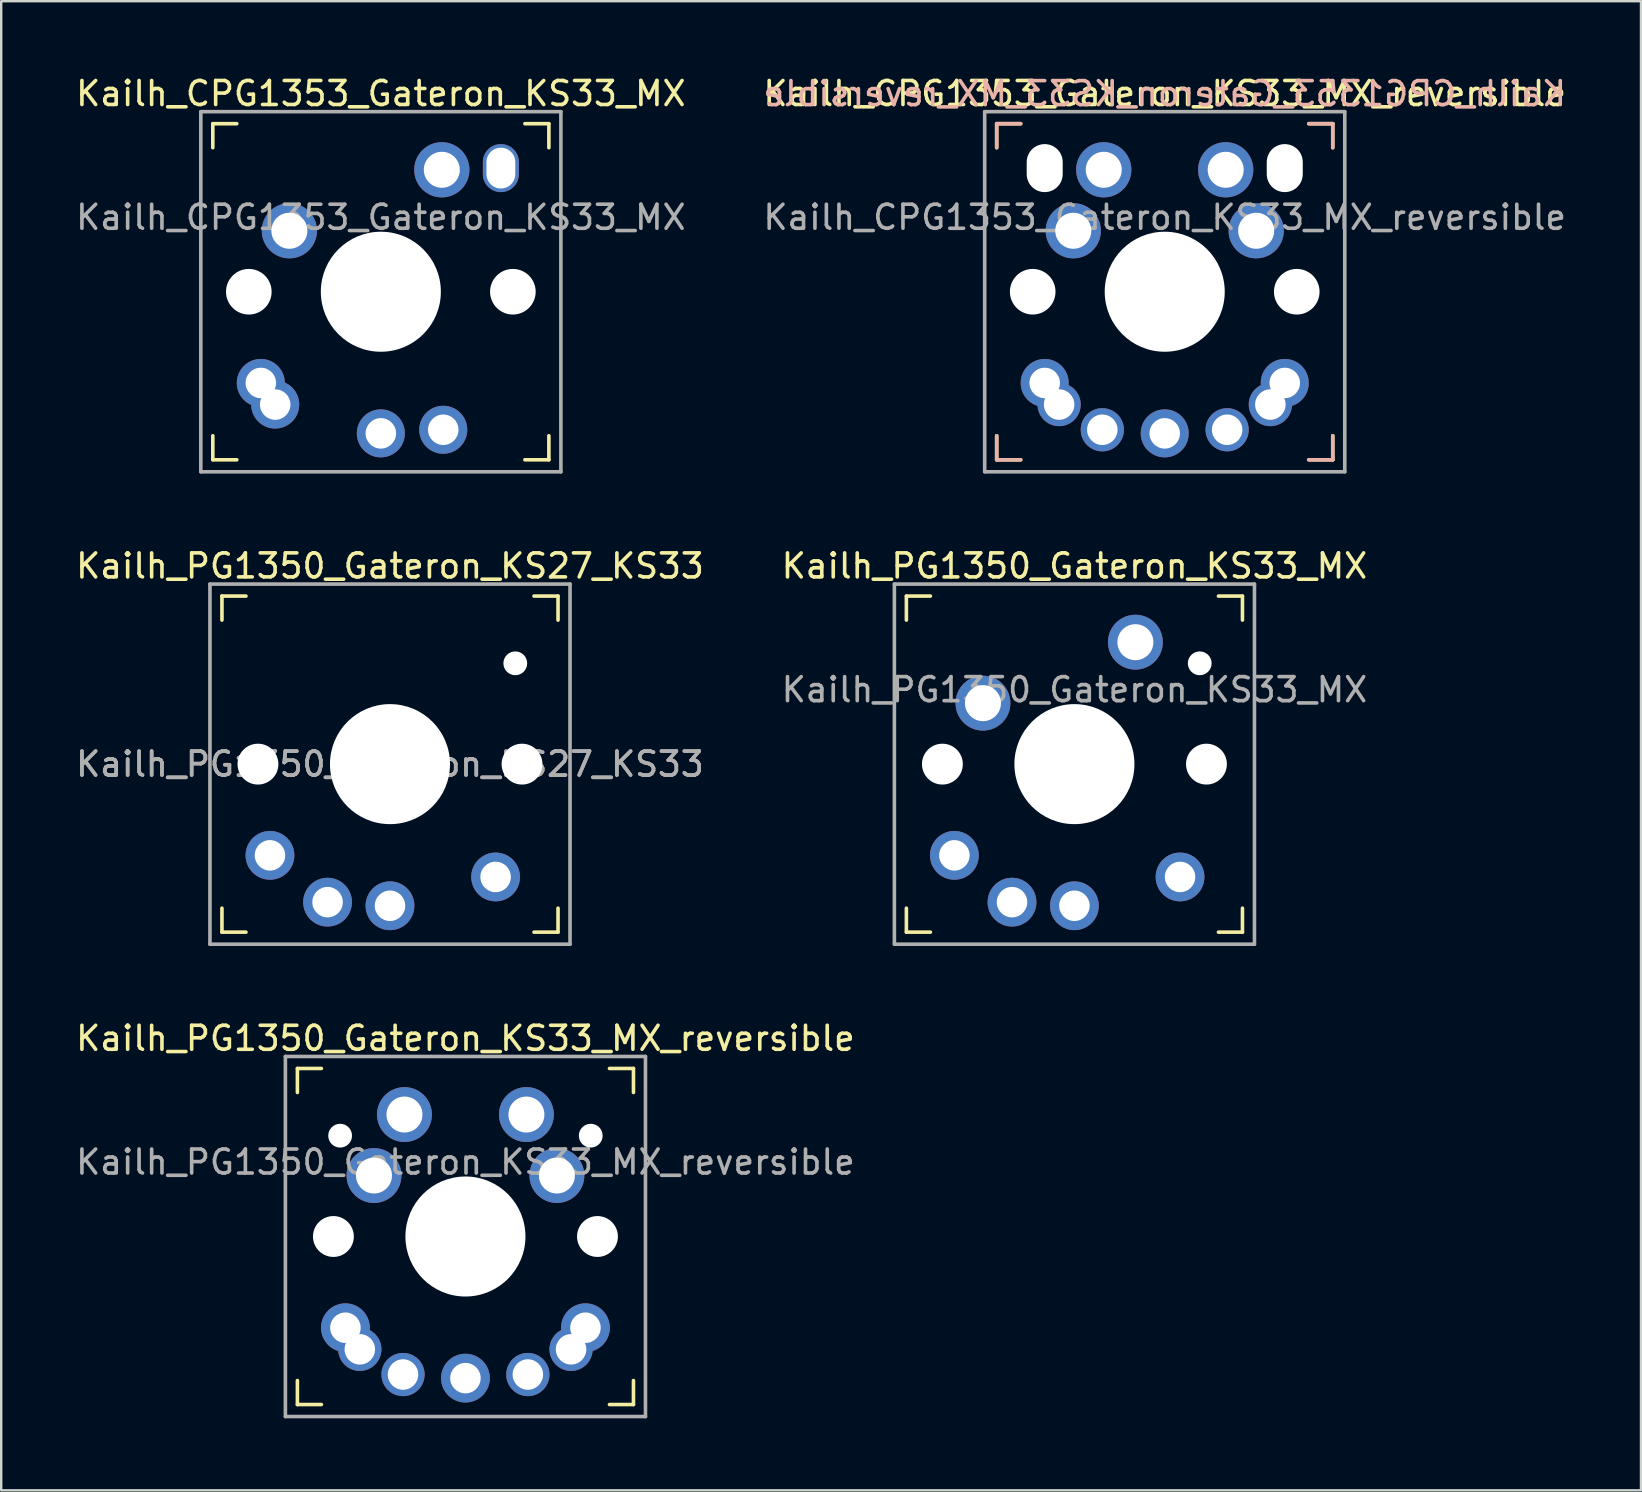
<source format=kicad_pcb>
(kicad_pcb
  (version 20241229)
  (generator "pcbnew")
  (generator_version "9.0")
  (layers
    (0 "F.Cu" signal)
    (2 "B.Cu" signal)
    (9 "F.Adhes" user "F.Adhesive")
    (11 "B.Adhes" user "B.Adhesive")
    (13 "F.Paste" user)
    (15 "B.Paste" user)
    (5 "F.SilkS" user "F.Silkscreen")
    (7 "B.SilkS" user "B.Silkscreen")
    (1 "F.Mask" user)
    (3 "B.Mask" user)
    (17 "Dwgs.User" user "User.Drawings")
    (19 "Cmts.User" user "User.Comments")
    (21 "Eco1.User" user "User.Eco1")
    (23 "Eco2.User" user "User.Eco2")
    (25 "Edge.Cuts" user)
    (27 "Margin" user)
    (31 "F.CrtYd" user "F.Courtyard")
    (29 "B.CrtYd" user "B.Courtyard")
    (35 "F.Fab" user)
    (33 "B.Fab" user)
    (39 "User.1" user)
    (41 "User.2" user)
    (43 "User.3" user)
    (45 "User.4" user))
  (footprint "Kailh_CPG1353_Gateron_KS33_MX_reversible"
    (layer "F.Cu")
    (at 45.47 9.103)
    (property "Reference" "Kailh_CPG1353_Gateron_KS33_MX_reversible" (at 0 -8.255 0) (layer "F.SilkS") (effects (font (size 1 1) (thickness 0.15))))
    (attr through_hole)
    (fp_line (start -7 -6) (end -7 -7) (stroke (width 0.15) (type solid)) (layer "F.SilkS"))
    (fp_line (start -7 7) (end -7 6) (stroke (width 0.15) (type solid)) (layer "F.SilkS"))
    (fp_line (start -7 7) (end -6 7) (stroke (width 0.15) (type solid)) (layer "F.SilkS"))
    (fp_line (start -6 -7) (end -7 -7) (stroke (width 0.15) (type solid)) (layer "F.SilkS"))
    (fp_line (start 6 7) (end 7 7) (stroke (width 0.15) (type solid)) (layer "F.SilkS"))
    (fp_line (start 7 -7) (end 6 -7) (stroke (width 0.15) (type solid)) (layer "F.SilkS"))
    (fp_line (start 7 -7) (end 7 -6) (stroke (width 0.15) (type solid)) (layer "F.SilkS"))
    (fp_line (start 7 6) (end 7 7) (stroke (width 0.15) (type solid)) (layer "F.SilkS"))
    (fp_line (start -7 -6) (end -7 -7) (stroke (width 0.15) (type solid)) (layer "B.SilkS"))
    (fp_line (start -7 7) (end -7 6) (stroke (width 0.15) (type solid)) (layer "B.SilkS"))
    (fp_line (start -7 7) (end -6 7) (stroke (width 0.15) (type solid)) (layer "B.SilkS"))
    (fp_line (start -6 -7) (end -7 -7) (stroke (width 0.15) (type solid)) (layer "B.SilkS"))
    (fp_line (start 6 7) (end 7 7) (stroke (width 0.15) (type solid)) (layer "B.SilkS"))
    (fp_line (start 7 -7) (end 6 -7) (stroke (width 0.15) (type solid)) (layer "B.SilkS"))
    (fp_line (start 7 -7) (end 7 -6) (stroke (width 0.15) (type solid)) (layer "B.SilkS"))
    (fp_line (start 7 6) (end 7 7) (stroke (width 0.15) (type solid)) (layer "B.SilkS"))
    (fp_line (start -6.9 6.9) (end -6.9 -6.9) (stroke (width 0.15) (type solid)) (layer "Eco2.User"))
    (fp_line (start -6.9 6.9) (end 6.9 6.9) (stroke (width 0.15) (type solid)) (layer "Eco2.User"))
    (fp_line (start 6.9 -6.9) (end -6.9 -6.9) (stroke (width 0.15) (type solid)) (layer "Eco2.User"))
    (fp_line (start 6.9 -6.9) (end 6.9 6.9) (stroke (width 0.15) (type solid)) (layer "Eco2.User"))
    (fp_line (start -7.5 -7.5) (end 7.5 -7.5) (stroke (width 0.15) (type solid)) (layer "F.Fab"))
    (fp_line (start -7.5 7.5) (end -7.5 -7.5) (stroke (width 0.15) (type solid)) (layer "F.Fab"))
    (fp_line (start 7.5 -7.5) (end 7.5 7.5) (stroke (width 0.15) (type solid)) (layer "F.Fab"))
    (fp_line (start 7.5 7.5) (end -7.5 7.5) (stroke (width 0.15) (type solid)) (layer "F.Fab"))
    (fp_text user "${REFERENCE}" (at 0 -8.25 0) (layer "B.SilkS") (effects (font (size 1 1) (thickness 0.15)) (justify mirror)))
    (fp_text user "${REFERENCE}" (at 0 -3.1 180) (layer "F.Fab") (effects (font (size 1 1) (thickness 0.15))))
    (pad "" np_thru_hole circle (at -5.5 0) (size 1.9 1.9) (drill 1.9) (layers "*.Cu" "*.Mask"))
    (pad "" np_thru_hole oval (at -5 -5.15) (size 1.5 2) (drill oval 1.5 2) (layers "*.Cu" "*.Mask"))
    (pad "" np_thru_hole circle (at 0 0 180) (size 5 5) (drill 5) (layers "*.Cu" "*.Mask"))
    (pad "" np_thru_hole oval (at 5 -5.15) (size 1.5 2) (drill oval 1.5 2) (layers "*.Cu" "*.Mask"))
    (pad "" np_thru_hole circle (at 5.5 0) (size 1.9 1.9) (drill 1.9) (layers "*.Cu" "*.Mask"))
    (pad "1" thru_hole circle (at -2.6 5.75) (size 1.8 1.8) (drill 1.27) (layers "*.Cu" "*.Mask"))
    (pad "1" thru_hole circle (at 0 5.9) (size 2 2) (drill 1.27) (layers "*.Cu" "*.Mask"))
    (pad "1" thru_hole circle (at 2.54 -5.08) (size 2.3 2.3) (drill 1.5) (layers "*.Cu" "*.Mask"))
    (pad "1" thru_hole circle (at 2.6 5.75) (size 1.8 1.8) (drill 1.27) (layers "*.Cu" "*.Mask"))
    (pad "1" thru_hole circle (at 3.81 -2.54) (size 2.3 2.3) (drill 1.5) (layers "*.Cu" "*.Mask"))
    (pad "2" thru_hole circle (at -5 3.8) (size 2 2) (drill 1.27) (layers "*.Cu" "*.Mask"))
    (pad "2" thru_hole circle (at -4.4 4.7) (size 1.8 1.8) (drill 1.27) (layers "*.Cu" "*.Mask"))
    (pad "2" thru_hole circle (at -3.81 -2.54) (size 2.3 2.3) (drill 1.5) (layers "*.Cu" "*.Mask"))
    (pad "2" thru_hole circle (at -2.54 -5.08) (size 2.3 2.3) (drill 1.5) (layers "*.Cu" "*.Mask"))
    (pad "2" thru_hole circle (at 4.4 4.7) (size 1.8 1.8) (drill 1.27) (layers "*.Cu" "*.Mask"))
    (pad "2" thru_hole circle (at 5 3.8) (size 2 2) (drill 1.27) (layers "*.Cu" "*.Mask")))
  (footprint "Kailh_PG1350_Gateron_KS27_KS33"
    (layer "F.Cu")
    (at 13.196 28.782)
    (property "Reference" "Kailh_PG1350_Gateron_KS27_KS33" (at 0 -8.255 0) (layer "F.SilkS") (effects (font (size 1 1) (thickness 0.15))))
    (attr through_hole)
    (fp_line (start -7 -6) (end -7 -7) (stroke (width 0.15) (type solid)) (layer "F.SilkS"))
    (fp_line (start -7 7) (end -7 6) (stroke (width 0.15) (type solid)) (layer "F.SilkS"))
    (fp_line (start -7 7) (end -6 7) (stroke (width 0.15) (type solid)) (layer "F.SilkS"))
    (fp_line (start -6 -7) (end -7 -7) (stroke (width 0.15) (type solid)) (layer "F.SilkS"))
    (fp_line (start 6 7) (end 7 7) (stroke (width 0.15) (type solid)) (layer "F.SilkS"))
    (fp_line (start 7 -7) (end 6 -7) (stroke (width 0.15) (type solid)) (layer "F.SilkS"))
    (fp_line (start 7 -7) (end 7 -6) (stroke (width 0.15) (type solid)) (layer "F.SilkS"))
    (fp_line (start 7 6) (end 7 7) (stroke (width 0.15) (type solid)) (layer "F.SilkS"))
    (fp_line (start -6.9 6.9) (end -6.9 -6.9) (stroke (width 0.15) (type solid)) (layer "Eco2.User"))
    (fp_line (start -6.9 6.9) (end 6.9 6.9) (stroke (width 0.15) (type solid)) (layer "Eco2.User"))
    (fp_line (start 6.9 -6.9) (end -6.9 -6.9) (stroke (width 0.15) (type solid)) (layer "Eco2.User"))
    (fp_line (start 6.9 -6.9) (end 6.9 6.9) (stroke (width 0.15) (type solid)) (layer "Eco2.User"))
    (fp_line (start -7.5 -7.5) (end 7.5 -7.5) (stroke (width 0.15) (type solid)) (layer "F.Fab"))
    (fp_line (start -7.5 7.5) (end -7.5 -7.5) (stroke (width 0.15) (type solid)) (layer "F.Fab"))
    (fp_line (start 7.5 -7.5) (end 7.5 7.5) (stroke (width 0.15) (type solid)) (layer "F.Fab"))
    (fp_line (start 7.5 7.5) (end -7.5 7.5) (stroke (width 0.15) (type solid)) (layer "F.Fab"))
    (fp_text user "${REFERENCE}" (at 0 0 180) (layer "F.Fab") (effects (font (size 1 1) (thickness 0.15))))
    (fp_text user "${REFERENCE}" (at 0 0 180) (layer "F.Fab") (effects (font (size 1 1) (thickness 0.15))))
    (pad "" np_thru_hole circle (at -5.5 0) (size 1.702 1.702) (drill 1.702) (layers "*.Cu" "*.Mask"))
    (pad "" np_thru_hole circle (at 0 0 180) (size 5 5) (drill 5) (layers "*.Cu" "*.Mask"))
    (pad "" np_thru_hole circle (at 5.22 -4.2) (size 0.991 0.991) (drill 0.991) (layers "*.Cu" "*.Mask"))
    (pad "" np_thru_hole circle (at 5.5 0) (size 1.702 1.702) (drill 1.702) (layers "*.Cu" "*.Mask"))
    (pad "1" thru_hole circle (at 0 5.9) (size 2.032 2.032) (drill 1.27) (layers "*.Cu" "*.Mask"))
    (pad "1" thru_hole circle (at 4.4 4.7) (size 2.032 2.032) (drill 1.27) (layers "*.Cu" "*.Mask"))
    (pad "2" thru_hole circle (at -5 3.8) (size 2.032 2.032) (drill 1.27) (layers "*.Cu" "*.Mask"))
    (pad "2" thru_hole circle (at -2.6 5.75) (size 2.032 2.032) (drill 1.27) (layers "*.Cu" "*.Mask")))
  (footprint "Kailh_PG1350_Gateron_KS33_MX_reversible"
    (layer "F.Cu")
    (at 16.339 48.46)
    (property "Reference" "Kailh_PG1350_Gateron_KS33_MX_reversible" (at 0 -8.255 0) (layer "F.SilkS") (effects (font (size 1 1) (thickness 0.15))))
    (attr through_hole)
    (fp_line (start -7 -6) (end -7 -7) (stroke (width 0.15) (type solid)) (layer "F.SilkS"))
    (fp_line (start -7 7) (end -7 6) (stroke (width 0.15) (type solid)) (layer "F.SilkS"))
    (fp_line (start -7 7) (end -6 7) (stroke (width 0.15) (type solid)) (layer "F.SilkS"))
    (fp_line (start -6 -7) (end -7 -7) (stroke (width 0.15) (type solid)) (layer "F.SilkS"))
    (fp_line (start 6 7) (end 7 7) (stroke (width 0.15) (type solid)) (layer "F.SilkS"))
    (fp_line (start 7 -7) (end 6 -7) (stroke (width 0.15) (type solid)) (layer "F.SilkS"))
    (fp_line (start 7 -7) (end 7 -6) (stroke (width 0.15) (type solid)) (layer "F.SilkS"))
    (fp_line (start 7 6) (end 7 7) (stroke (width 0.15) (type solid)) (layer "F.SilkS"))
    (fp_line (start -6.9 6.9) (end -6.9 -6.9) (stroke (width 0.15) (type solid)) (layer "Eco2.User"))
    (fp_line (start -6.9 6.9) (end 6.9 6.9) (stroke (width 0.15) (type solid)) (layer "Eco2.User"))
    (fp_line (start 6.9 -6.9) (end -6.9 -6.9) (stroke (width 0.15) (type solid)) (layer "Eco2.User"))
    (fp_line (start 6.9 -6.9) (end 6.9 6.9) (stroke (width 0.15) (type solid)) (layer "Eco2.User"))
    (fp_line (start -7.5 -7.5) (end 7.5 -7.5) (stroke (width 0.15) (type solid)) (layer "F.Fab"))
    (fp_line (start -7.5 7.5) (end -7.5 -7.5) (stroke (width 0.15) (type solid)) (layer "F.Fab"))
    (fp_line (start 7.5 -7.5) (end 7.5 7.5) (stroke (width 0.15) (type solid)) (layer "F.Fab"))
    (fp_line (start 7.5 7.5) (end -7.5 7.5) (stroke (width 0.15) (type solid)) (layer "F.Fab"))
    (fp_text user "${REFERENCE}" (at 0 -3.1 180) (layer "F.Fab") (effects (font (size 1 1) (thickness 0.15))))
    (pad "" np_thru_hole circle (at -5.5 0) (size 1.702 1.702) (drill 1.702) (layers "*.Cu" "*.Mask"))
    (pad "" np_thru_hole circle (at -5.22 -4.2) (size 0.991 0.991) (drill 0.991) (layers "*.Cu" "*.Mask"))
    (pad "" np_thru_hole circle (at 0 0 180) (size 5 5) (drill 5) (layers "*.Cu" "*.Mask"))
    (pad "" np_thru_hole circle (at 5.22 -4.2) (size 0.991 0.991) (drill 0.991) (layers "*.Cu" "*.Mask"))
    (pad "" np_thru_hole circle (at 5.5 0) (size 1.702 1.702) (drill 1.702) (layers "*.Cu" "*.Mask"))
    (pad "1" thru_hole circle (at -2.6 5.75) (size 1.8 1.8) (drill 1.27) (layers "*.Cu" "*.Mask"))
    (pad "1" thru_hole circle (at 0 5.9) (size 2.032 2.032) (drill 1.27) (layers "*.Cu" "*.Mask"))
    (pad "1" thru_hole circle (at 2.54 -5.08) (size 2.286 2.286) (drill 1.499) (layers "*.Cu" "*.Mask"))
    (pad "1" thru_hole circle (at 2.6 5.75) (size 1.8 1.8) (drill 1.27) (layers "*.Cu" "*.Mask"))
    (pad "1" thru_hole circle (at 3.81 -2.54) (size 2.286 2.286) (drill 1.499) (layers "*.Cu" "*.Mask"))
    (pad "2" thru_hole circle (at -5 3.8) (size 2.032 2.032) (drill 1.27) (layers "*.Cu" "*.Mask"))
    (pad "2" thru_hole circle (at -4.4 4.7) (size 1.8 1.8) (drill 1.27) (layers "*.Cu" "*.Mask"))
    (pad "2" thru_hole circle (at -3.81 -2.54) (size 2.286 2.286) (drill 1.499) (layers "*.Cu" "*.Mask"))
    (pad "2" thru_hole circle (at -2.54 -5.08) (size 2.286 2.286) (drill 1.499) (layers "*.Cu" "*.Mask"))
    (pad "2" thru_hole circle (at 4.4 4.7) (size 1.8 1.8) (drill 1.27) (layers "*.Cu" "*.Mask"))
    (pad "2" thru_hole circle (at 5 3.8) (size 2.032 2.032) (drill 1.27) (layers "*.Cu" "*.Mask")))
  (footprint "Kailh_CPG1353_Gateron_KS33_MX"
    (layer "F.Cu")
    (at 12.815 9.103)
    (property "Reference" "Kailh_CPG1353_Gateron_KS33_MX" (at 0 -8.255 0) (layer "F.SilkS") (effects (font (size 1 1) (thickness 0.15))))
    (attr through_hole)
    (fp_line (start -7 -6) (end -7 -7) (stroke (width 0.15) (type solid)) (layer "F.SilkS"))
    (fp_line (start -7 7) (end -7 6) (stroke (width 0.15) (type solid)) (layer "F.SilkS"))
    (fp_line (start -7 7) (end -6 7) (stroke (width 0.15) (type solid)) (layer "F.SilkS"))
    (fp_line (start -6 -7) (end -7 -7) (stroke (width 0.15) (type solid)) (layer "F.SilkS"))
    (fp_line (start 6 7) (end 7 7) (stroke (width 0.15) (type solid)) (layer "F.SilkS"))
    (fp_line (start 7 -7) (end 6 -7) (stroke (width 0.15) (type solid)) (layer "F.SilkS"))
    (fp_line (start 7 -7) (end 7 -6) (stroke (width 0.15) (type solid)) (layer "F.SilkS"))
    (fp_line (start 7 6) (end 7 7) (stroke (width 0.15) (type solid)) (layer "F.SilkS"))
    (fp_line (start -6.9 6.9) (end -6.9 -6.9) (stroke (width 0.15) (type solid)) (layer "Eco2.User"))
    (fp_line (start -6.9 6.9) (end 6.9 6.9) (stroke (width 0.15) (type solid)) (layer "Eco2.User"))
    (fp_line (start 6.9 -6.9) (end -6.9 -6.9) (stroke (width 0.15) (type solid)) (layer "Eco2.User"))
    (fp_line (start 6.9 -6.9) (end 6.9 6.9) (stroke (width 0.15) (type solid)) (layer "Eco2.User"))
    (fp_line (start -7.5 -7.5) (end 7.5 -7.5) (stroke (width 0.15) (type solid)) (layer "F.Fab"))
    (fp_line (start -7.5 7.5) (end -7.5 -7.5) (stroke (width 0.15) (type solid)) (layer "F.Fab"))
    (fp_line (start 7.5 -7.5) (end 7.5 7.5) (stroke (width 0.15) (type solid)) (layer "F.Fab"))
    (fp_line (start 7.5 7.5) (end -7.5 7.5) (stroke (width 0.15) (type solid)) (layer "F.Fab"))
    (fp_text user "${REFERENCE}" (at 0 -3.1 180) (layer "F.Fab") (effects (font (size 1 1) (thickness 0.15))))
    (pad "" np_thru_hole circle (at -5.5 0) (size 1.9 1.9) (drill 1.9) (layers "*.Cu" "*.Mask"))
    (pad "" np_thru_hole circle (at 0 0 180) (size 5 5) (drill 5) (layers "*.Cu" "*.Mask"))
    (pad "" np_thru_hole oval (at 5 -5.15) (size 1.5 2) (drill oval 1.2 1.7) (layers "*.Cu" "*.Mask"))
    (pad "" np_thru_hole circle (at 5.5 0) (size 1.9 1.9) (drill 1.9) (layers "*.Cu" "*.Mask"))
    (pad "1" thru_hole circle (at 0 5.9) (size 2 2) (drill 1.27) (layers "*.Cu" "*.Mask"))
    (pad "1" thru_hole circle (at 2.54 -5.08) (size 2.3 2.3) (drill 1.5) (layers "*.Cu" "*.Mask"))
    (pad "1" thru_hole circle (at 2.6 5.75) (size 2 2) (drill 1.27) (layers "*.Cu" "*.Mask"))
    (pad "2" thru_hole circle (at -5 3.8) (size 2 2) (drill 1.27) (layers "*.Cu" "*.Mask"))
    (pad "2" thru_hole circle (at -4.4 4.7) (size 2 2) (drill 1.27) (layers "*.Cu" "*.Mask"))
    (pad "2" thru_hole circle (at -3.81 -2.54) (size 2.3 2.3) (drill 1.5) (layers "*.Cu" "*.Mask")))
  (footprint "Kailh_PG1350_Gateron_KS33_MX"
    (layer "F.Cu")
    (at 41.708 28.782)
    (property "Reference" "Kailh_PG1350_Gateron_KS33_MX" (at 0 -8.255 0) (layer "F.SilkS") (effects (font (size 1 1) (thickness 0.15))))
    (attr through_hole)
    (fp_line (start -7 -6) (end -7 -7) (stroke (width 0.15) (type solid)) (layer "F.SilkS"))
    (fp_line (start -7 7) (end -7 6) (stroke (width 0.15) (type solid)) (layer "F.SilkS"))
    (fp_line (start -7 7) (end -6 7) (stroke (width 0.15) (type solid)) (layer "F.SilkS"))
    (fp_line (start -6 -7) (end -7 -7) (stroke (width 0.15) (type solid)) (layer "F.SilkS"))
    (fp_line (start 6 7) (end 7 7) (stroke (width 0.15) (type solid)) (layer "F.SilkS"))
    (fp_line (start 7 -7) (end 6 -7) (stroke (width 0.15) (type solid)) (layer "F.SilkS"))
    (fp_line (start 7 -7) (end 7 -6) (stroke (width 0.15) (type solid)) (layer "F.SilkS"))
    (fp_line (start 7 6) (end 7 7) (stroke (width 0.15) (type solid)) (layer "F.SilkS"))
    (fp_line (start -6.9 6.9) (end -6.9 -6.9) (stroke (width 0.15) (type solid)) (layer "Eco2.User"))
    (fp_line (start -6.9 6.9) (end 6.9 6.9) (stroke (width 0.15) (type solid)) (layer "Eco2.User"))
    (fp_line (start 6.9 -6.9) (end -6.9 -6.9) (stroke (width 0.15) (type solid)) (layer "Eco2.User"))
    (fp_line (start 6.9 -6.9) (end 6.9 6.9) (stroke (width 0.15) (type solid)) (layer "Eco2.User"))
    (fp_line (start -7.5 -7.5) (end 7.5 -7.5) (stroke (width 0.15) (type solid)) (layer "F.Fab"))
    (fp_line (start -7.5 7.5) (end -7.5 -7.5) (stroke (width 0.15) (type solid)) (layer "F.Fab"))
    (fp_line (start 7.5 -7.5) (end 7.5 7.5) (stroke (width 0.15) (type solid)) (layer "F.Fab"))
    (fp_line (start 7.5 7.5) (end -7.5 7.5) (stroke (width 0.15) (type solid)) (layer "F.Fab"))
    (fp_text user "${REFERENCE}" (at 0 -3.1 180) (layer "F.Fab") (effects (font (size 1 1) (thickness 0.15))))
    (pad "" np_thru_hole circle (at -5.5 0) (size 1.702 1.702) (drill 1.702) (layers "*.Cu" "*.Mask"))
    (pad "" np_thru_hole circle (at 0 0 180) (size 5 5) (drill 5) (layers "*.Cu" "*.Mask"))
    (pad "" np_thru_hole circle (at 5.22 -4.2) (size 0.991 0.991) (drill 0.991) (layers "*.Cu" "*.Mask"))
    (pad "" np_thru_hole circle (at 5.5 0) (size 1.702 1.702) (drill 1.702) (layers "*.Cu" "*.Mask"))
    (pad "1" thru_hole circle (at 0 5.9) (size 2.032 2.032) (drill 1.27) (layers "*.Cu" "*.Mask"))
    (pad "1" thru_hole circle (at 2.54 -5.08) (size 2.286 2.286) (drill 1.499) (layers "*.Cu" "*.Mask"))
    (pad "1" thru_hole circle (at 4.4 4.7) (size 2.032 2.032) (drill 1.27) (layers "*.Cu" "*.Mask"))
    (pad "2" thru_hole circle (at -5 3.8) (size 2.032 2.032) (drill 1.27) (layers "*.Cu" "*.Mask"))
    (pad "2" thru_hole circle (at -3.81 -2.54) (size 2.286 2.286) (drill 1.499) (layers "*.Cu" "*.Mask"))
    (pad "2" thru_hole circle (at -2.6 5.75) (size 2.032 2.032) (drill 1.27) (layers "*.Cu" "*.Mask")))
  (gr_rect
    (start -3 -3)
    (end 65.31 59.035)
    (stroke (width 0.1) (type default))
    (fill no)
    (layer "Edge.Cuts")))
</source>
